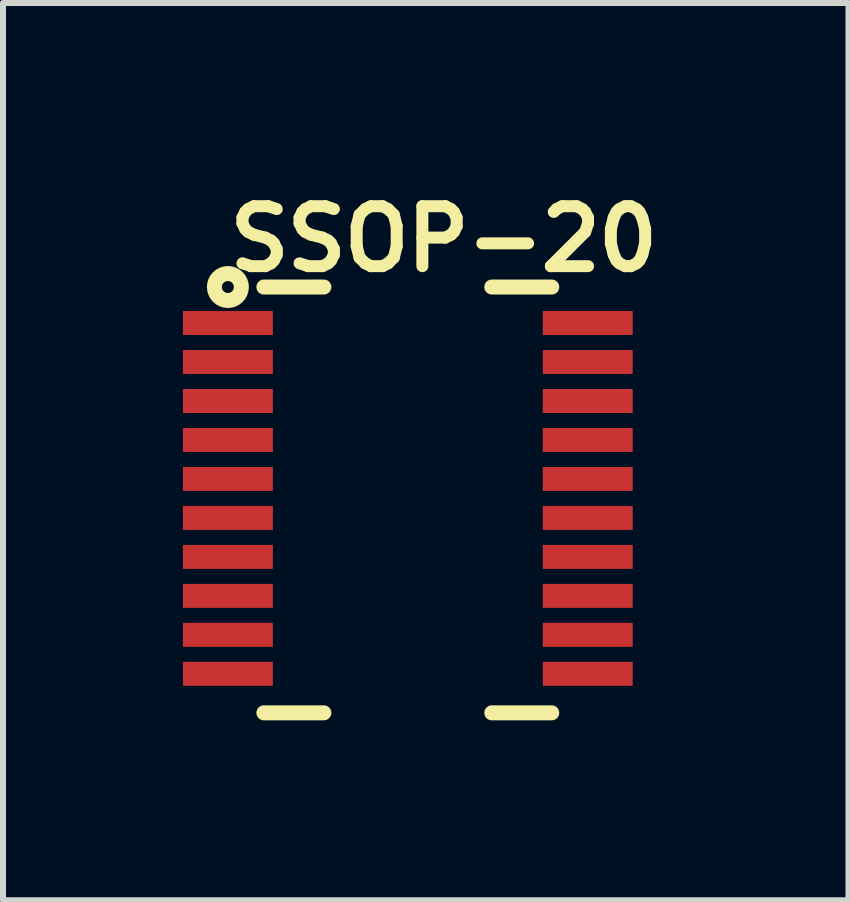
<source format=kicad_pcb>
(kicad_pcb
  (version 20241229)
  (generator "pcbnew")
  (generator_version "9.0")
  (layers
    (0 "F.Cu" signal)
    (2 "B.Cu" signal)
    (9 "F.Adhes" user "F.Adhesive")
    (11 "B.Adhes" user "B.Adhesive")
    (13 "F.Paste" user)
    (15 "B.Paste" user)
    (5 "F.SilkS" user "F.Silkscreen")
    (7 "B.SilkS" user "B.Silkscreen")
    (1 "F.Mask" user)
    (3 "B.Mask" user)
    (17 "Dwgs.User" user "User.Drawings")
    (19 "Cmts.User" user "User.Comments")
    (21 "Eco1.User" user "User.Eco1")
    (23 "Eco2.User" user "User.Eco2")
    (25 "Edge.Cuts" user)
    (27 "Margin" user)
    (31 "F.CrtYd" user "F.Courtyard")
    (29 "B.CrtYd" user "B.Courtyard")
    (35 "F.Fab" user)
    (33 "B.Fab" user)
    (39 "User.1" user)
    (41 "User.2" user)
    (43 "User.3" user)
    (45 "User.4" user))
  (footprint "SSOP-20"
    (layer "F.Cu")
    (at 0.75 2.336)
    (property "Reference" "SSOP-20" (at 3.6 -1.4 0) (layer "F.SilkS") (effects (font (size 1 1) (thickness 0.2))))
    (attr through_hole)
    (fp_line (start 0.6 -0.6) (end 1.6 -0.6) (stroke (width 0.25) (type solid)) (layer "F.SilkS"))
    (fp_line (start 0.6 6.5) (end 1.6 6.5) (stroke (width 0.25) (type solid)) (layer "F.SilkS"))
    (fp_line (start 4.4 -0.6) (end 5.4 -0.6) (stroke (width 0.25) (type solid)) (layer "F.SilkS"))
    (fp_line (start 4.4 6.5) (end 5.4 6.5) (stroke (width 0.25) (type solid)) (layer "F.SilkS"))
    (fp_circle (center 0 -0.6) (end 0.1 -0.6) (stroke (width 0.25) (type solid)) (fill no) (layer "F.SilkS"))
    (pad "1" smd rect (at 0 0) (size 1.5 0.4) (layers "F.Cu" "F.Mask" "F.Paste"))
    (pad "2" smd rect (at 6 0) (size 1.5 0.4) (layers "F.Cu" "F.Mask" "F.Paste"))
    (pad "3" smd rect (at 0 0.65) (size 1.5 0.4) (layers "F.Cu" "F.Mask" "F.Paste"))
    (pad "4" smd rect (at 6 0.65) (size 1.5 0.4) (layers "F.Cu" "F.Mask" "F.Paste"))
    (pad "5" smd rect (at 0 1.3) (size 1.5 0.4) (layers "F.Cu" "F.Mask" "F.Paste"))
    (pad "6" smd rect (at 6 1.3) (size 1.5 0.4) (layers "F.Cu" "F.Mask" "F.Paste"))
    (pad "7" smd rect (at 0 1.95) (size 1.5 0.4) (layers "F.Cu" "F.Mask" "F.Paste"))
    (pad "8" smd rect (at 6 1.95) (size 1.5 0.4) (layers "F.Cu" "F.Mask" "F.Paste"))
    (pad "9" smd rect (at 0 2.6) (size 1.5 0.4) (layers "F.Cu" "F.Mask" "F.Paste"))
    (pad "10" smd rect (at 6 2.6) (size 1.5 0.4) (layers "F.Cu" "F.Mask" "F.Paste"))
    (pad "11" smd rect (at 0 3.25) (size 1.5 0.4) (layers "F.Cu" "F.Mask" "F.Paste"))
    (pad "12" smd rect (at 6 3.25) (size 1.5 0.4) (layers "F.Cu" "F.Mask" "F.Paste"))
    (pad "13" smd rect (at 0 3.9) (size 1.5 0.4) (layers "F.Cu" "F.Mask" "F.Paste"))
    (pad "14" smd rect (at 6 3.9) (size 1.5 0.4) (layers "F.Cu" "F.Mask" "F.Paste"))
    (pad "15" smd rect (at 0 4.55) (size 1.5 0.4) (layers "F.Cu" "F.Mask" "F.Paste"))
    (pad "16" smd rect (at 6 4.55) (size 1.5 0.4) (layers "F.Cu" "F.Mask" "F.Paste"))
    (pad "17" smd rect (at 0 5.2) (size 1.5 0.4) (layers "F.Cu" "F.Mask" "F.Paste"))
    (pad "18" smd rect (at 6 5.2) (size 1.5 0.4) (layers "F.Cu" "F.Mask" "F.Paste"))
    (pad "19" smd rect (at 0 5.85) (size 1.5 0.4) (layers "F.Cu" "F.Mask" "F.Paste"))
    (pad "20" smd rect (at 6 5.85) (size 1.5 0.4) (layers "F.Cu" "F.Mask" "F.Paste")))
  (gr_rect
    (start -3 -3)
    (end 11.098 11.961)
    (stroke (width 0.1) (type default))
    (fill no)
    (layer "Edge.Cuts")))
</source>
